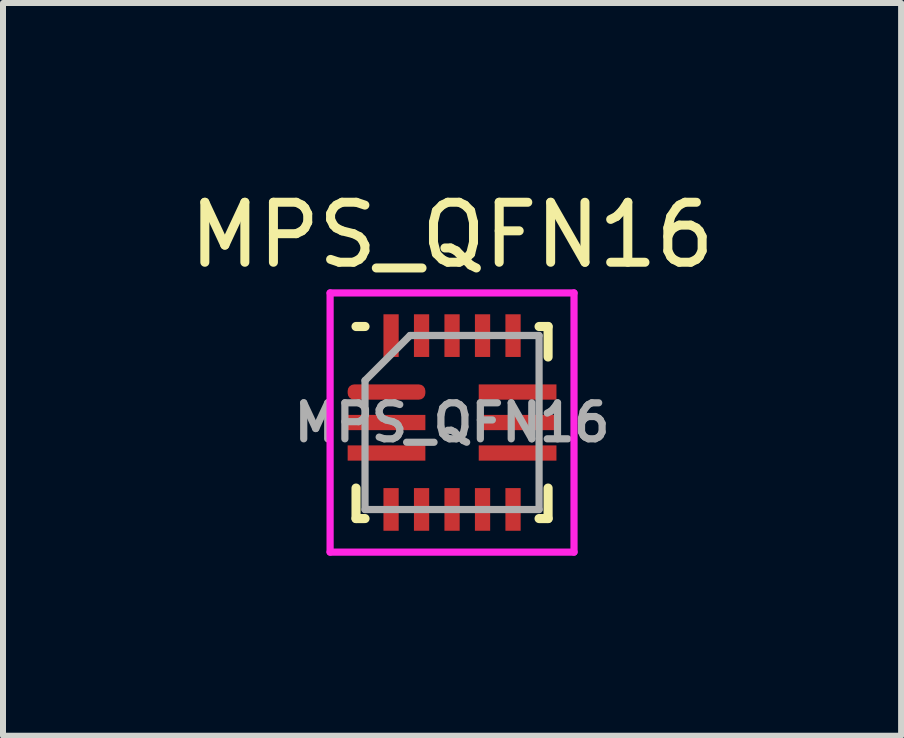
<source format=kicad_pcb>
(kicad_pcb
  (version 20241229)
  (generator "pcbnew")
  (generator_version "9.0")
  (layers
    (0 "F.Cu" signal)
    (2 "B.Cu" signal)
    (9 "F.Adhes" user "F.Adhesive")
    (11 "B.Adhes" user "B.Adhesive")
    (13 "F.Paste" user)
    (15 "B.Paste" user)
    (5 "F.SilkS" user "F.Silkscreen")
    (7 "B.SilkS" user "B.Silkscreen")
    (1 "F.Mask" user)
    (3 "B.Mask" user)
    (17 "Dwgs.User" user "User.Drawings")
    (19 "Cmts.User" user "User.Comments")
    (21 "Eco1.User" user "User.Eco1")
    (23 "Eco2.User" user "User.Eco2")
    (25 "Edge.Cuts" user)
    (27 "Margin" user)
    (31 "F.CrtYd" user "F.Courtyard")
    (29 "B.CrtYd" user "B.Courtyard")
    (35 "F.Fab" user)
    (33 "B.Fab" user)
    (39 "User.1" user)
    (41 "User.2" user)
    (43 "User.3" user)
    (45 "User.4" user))
  (footprint "MPS_QFN16"
    (layer "F.Cu")
    (at 4.482 3.99)
    (property "Reference" "MPS_QFN16" (at 0 -2.54 180) (layer "F.SilkS") (effects (font (size 1 1) (thickness 0.15)) (justify bottom)))
    (attr smd)
    (fp_line (start -1.6 -1.6) (end -1.45 -1.6) (stroke (width 0.152) (type solid)) (layer "F.SilkS"))
    (fp_line (start -1.6 1.092) (end -1.6 1.6) (stroke (width 0.152) (type solid)) (layer "F.SilkS"))
    (fp_line (start -1.6 1.6) (end -1.45 1.6) (stroke (width 0.152) (type solid)) (layer "F.SilkS"))
    (fp_line (start 1.45 1.6) (end 1.6 1.6) (stroke (width 0.152) (type solid)) (layer "F.SilkS"))
    (fp_line (start 1.6 -1.6) (end 1.45 -1.6) (stroke (width 0.152) (type solid)) (layer "F.SilkS"))
    (fp_line (start 1.6 -1.092) (end 1.6 -1.6) (stroke (width 0.152) (type solid)) (layer "F.SilkS"))
    (fp_line (start 1.6 1.6) (end 1.6 1.092) (stroke (width 0.152) (type solid)) (layer "F.SilkS"))
    (fp_line (start -2.032 -2.159) (end 2.032 -2.159) (stroke (width 0.12) (type solid)) (layer "F.CrtYd"))
    (fp_line (start -2.032 2.159) (end -2.032 -2.159) (stroke (width 0.12) (type solid)) (layer "F.CrtYd"))
    (fp_line (start 2.032 -2.159) (end 2.032 2.159) (stroke (width 0.12) (type solid)) (layer "F.CrtYd"))
    (fp_line (start 2.032 2.159) (end -2.032 2.159) (stroke (width 0.12) (type solid)) (layer "F.CrtYd"))
    (fp_line (start -1.45 -0.7) (end -0.7 -1.45) (stroke (width 0.12) (type solid)) (layer "F.Fab"))
    (fp_line (start -1.45 1.45) (end -1.45 -0.7) (stroke (width 0.12) (type solid)) (layer "F.Fab"))
    (fp_line (start -0.7 -1.45) (end 1.45 -1.45) (stroke (width 0.12) (type solid)) (layer "F.Fab"))
    (fp_line (start 1.45 -1.45) (end 1.45 1.45) (stroke (width 0.12) (type solid)) (layer "F.Fab"))
    (fp_line (start 1.45 1.45) (end -1.45 1.45) (stroke (width 0.12) (type solid)) (layer "F.Fab"))
    (fp_text user "${REFERENCE}" (at 0 0 0) (layer "F.Fab") (effects (font (size 0.6 0.6) (thickness 0.12))))
    (pad "1" smd roundrect (at -1.092 -0.508 270) (size 0.254 1.295) (layers "F.Cu" "F.Mask" "F.Paste") (roundrect_rratio 0.425))
    (pad "2" smd rect (at -1.092 0 270) (size 0.254 1.295) (layers "F.Cu" "F.Mask" "F.Paste"))
    (pad "3" smd rect (at -1.092 0.508 270) (size 0.254 1.295) (layers "F.Cu" "F.Mask" "F.Paste"))
    (pad "4" smd rect (at -1.016 1.448) (size 0.254 0.711) (layers "F.Cu" "F.Mask" "F.Paste"))
    (pad "5" smd rect (at -0.508 1.448 180) (size 0.254 0.711) (layers "F.Cu" "F.Mask" "F.Paste"))
    (pad "6" smd rect (at 0 1.448 180) (size 0.254 0.711) (layers "F.Cu" "F.Mask" "F.Paste"))
    (pad "7" smd rect (at 0.508 1.448 180) (size 0.254 0.711) (layers "F.Cu" "F.Mask" "F.Paste"))
    (pad "8" smd rect (at 1.016 1.448 180) (size 0.254 0.711) (layers "F.Cu" "F.Mask" "F.Paste"))
    (pad "9" smd rect (at 1.092 0.508 270) (size 0.254 1.295) (layers "F.Cu" "F.Mask" "F.Paste"))
    (pad "10" smd rect (at 1.092 0 270) (size 0.254 1.295) (layers "F.Cu" "F.Mask" "F.Paste"))
    (pad "11" smd rect (at 1.092 -0.508 270) (size 0.254 1.295) (layers "F.Cu" "F.Mask" "F.Paste"))
    (pad "12" smd rect (at 1.016 -1.448) (size 0.254 0.711) (layers "F.Cu" "F.Mask" "F.Paste"))
    (pad "13" smd rect (at 0.508 -1.448 180) (size 0.254 0.711) (layers "F.Cu" "F.Mask" "F.Paste"))
    (pad "14" smd rect (at 0 -1.448 180) (size 0.254 0.711) (layers "F.Cu" "F.Mask" "F.Paste"))
    (pad "15" smd rect (at -0.508 -1.448 180) (size 0.254 0.711) (layers "F.Cu" "F.Mask" "F.Paste"))
    (pad "16" smd rect (at -1.016 -1.448 180) (size 0.254 0.711) (layers "F.Cu" "F.Mask" "F.Paste")))
  (gr_rect
    (start -3 -3)
    (end 11.964 9.209)
    (stroke (width 0.1) (type default))
    (fill no)
    (layer "Edge.Cuts")))
</source>
